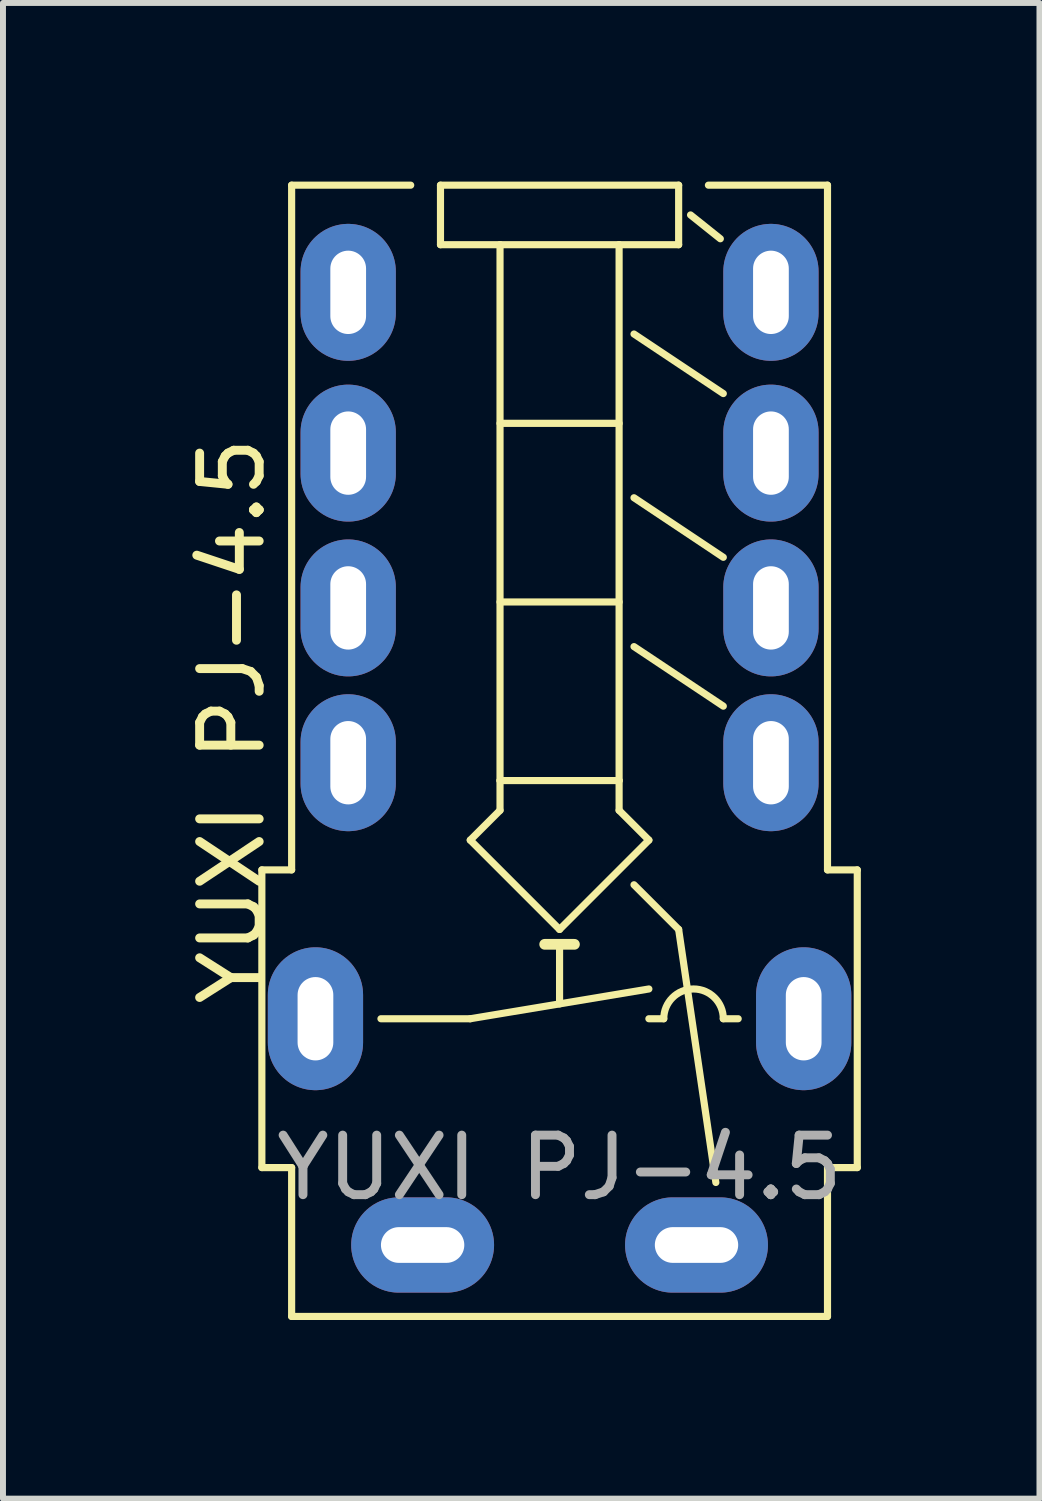
<source format=kicad_pcb>
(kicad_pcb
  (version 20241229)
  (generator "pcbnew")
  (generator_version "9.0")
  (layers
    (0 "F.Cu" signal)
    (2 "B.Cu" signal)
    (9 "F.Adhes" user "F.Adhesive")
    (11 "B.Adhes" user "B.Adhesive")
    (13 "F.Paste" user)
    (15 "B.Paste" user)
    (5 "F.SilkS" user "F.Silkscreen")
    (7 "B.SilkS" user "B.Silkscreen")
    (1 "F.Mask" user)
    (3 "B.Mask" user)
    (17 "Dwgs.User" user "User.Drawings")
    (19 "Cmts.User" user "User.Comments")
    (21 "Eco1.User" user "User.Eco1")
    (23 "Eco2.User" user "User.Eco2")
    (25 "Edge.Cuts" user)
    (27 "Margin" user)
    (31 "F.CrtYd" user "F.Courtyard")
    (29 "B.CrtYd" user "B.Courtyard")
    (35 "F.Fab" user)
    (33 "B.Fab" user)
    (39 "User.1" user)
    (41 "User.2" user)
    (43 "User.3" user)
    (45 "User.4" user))
  (footprint "YUXI PJ-4.5"
    (layer "F.Cu")
    (at 6.348 14.06)
    (property "Reference" "YUXI PJ-4.5" (at -5.5 -5 90) (unlocked yes) (layer "F.SilkS") (effects (font (size 1 1) (thickness 0.15))))
    (attr through_hole)
    (fp_line (start -5 -2.5) (end -5 2.5) (stroke (width 0.12) (type default)) (layer "F.SilkS"))
    (fp_line (start -5 2.5) (end -4.5 2.5) (stroke (width 0.12) (type default)) (layer "F.SilkS"))
    (fp_line (start -4.5 -14) (end -4.5 -2.5) (stroke (width 0.12) (type default)) (layer "F.SilkS"))
    (fp_line (start -4.5 -2.5) (end -5 -2.5) (stroke (width 0.12) (type default)) (layer "F.SilkS"))
    (fp_line (start -4.5 2.5) (end -4.5 5) (stroke (width 0.12) (type default)) (layer "F.SilkS"))
    (fp_line (start -4.5 5) (end 4.5 5) (stroke (width 0.12) (type default)) (layer "F.SilkS"))
    (fp_line (start -3 0) (end -1.5 0) (stroke (width 0.12) (type default)) (layer "F.SilkS"))
    (fp_line (start -2.5 -14) (end -4.5 -14) (stroke (width 0.12) (type default)) (layer "F.SilkS"))
    (fp_line (start -2 -14) (end -2 -13) (stroke (width 0.12) (type default)) (layer "F.SilkS"))
    (fp_line (start -2 -13) (end -1 -13) (stroke (width 0.12) (type default)) (layer "F.SilkS"))
    (fp_line (start -1.5 -3) (end 0 -1.5) (stroke (width 0.12) (type default)) (layer "F.SilkS"))
    (fp_line (start -1.5 0) (end 1.5 -0.5) (stroke (width 0.12) (type default)) (layer "F.SilkS"))
    (fp_line (start -1 -13) (end -1 -4) (stroke (width 0.12) (type default)) (layer "F.SilkS"))
    (fp_line (start -1 -13) (end 1 -13) (stroke (width 0.12) (type default)) (layer "F.SilkS"))
    (fp_line (start -1 -10) (end 1 -10) (stroke (width 0.12) (type default)) (layer "F.SilkS"))
    (fp_line (start -1 -7) (end 1 -7) (stroke (width 0.12) (type default)) (layer "F.SilkS"))
    (fp_line (start -1 -4) (end -1 -3.5) (stroke (width 0.12) (type default)) (layer "F.SilkS"))
    (fp_line (start -1 -4) (end 1 -4) (stroke (width 0.12) (type default)) (layer "F.SilkS"))
    (fp_line (start -1 -3.5) (end -1.5 -3) (stroke (width 0.12) (type default)) (layer "F.SilkS"))
    (fp_line (start -0.25 -1.25) (end 0.25 -1.25) (stroke (width 0.18) (type default)) (layer "F.SilkS"))
    (fp_line (start 0 -1.5) (end 1.5 -3) (stroke (width 0.12) (type default)) (layer "F.SilkS"))
    (fp_line (start 0 -0.25) (end 0 -1.25) (stroke (width 0.12) (type default)) (layer "F.SilkS"))
    (fp_line (start 1 -13) (end 2 -13) (stroke (width 0.12) (type default)) (layer "F.SilkS"))
    (fp_line (start 1 -4) (end 1 -13) (stroke (width 0.12) (type default)) (layer "F.SilkS"))
    (fp_line (start 1 -4) (end 1 -3.5) (stroke (width 0.12) (type default)) (layer "F.SilkS"))
    (fp_line (start 1 -3.5) (end 1.5 -3) (stroke (width 0.12) (type default)) (layer "F.SilkS"))
    (fp_line (start 1.25 -11.5) (end 2.75 -10.5) (stroke (width 0.12) (type default)) (layer "F.SilkS"))
    (fp_line (start 1.25 -8.75) (end 2.75 -7.75) (stroke (width 0.12) (type default)) (layer "F.SilkS"))
    (fp_line (start 1.25 -6.25) (end 2.75 -5.25) (stroke (width 0.12) (type default)) (layer "F.SilkS"))
    (fp_line (start 1.5 0) (end 1.75 0) (stroke (width 0.12) (type default)) (layer "F.SilkS"))
    (fp_line (start 2 -14) (end -2 -14) (stroke (width 0.12) (type default)) (layer "F.SilkS"))
    (fp_line (start 2 -13) (end 2 -14) (stroke (width 0.12) (type default)) (layer "F.SilkS"))
    (fp_line (start 2 -1.5) (end 1.25 -2.25) (stroke (width 0.12) (type default)) (layer "F.SilkS"))
    (fp_line (start 2 -1.5) (end 2.625 2.75) (stroke (width 0.12) (type default)) (layer "F.SilkS"))
    (fp_line (start 2.2 -13.5) (end 2.7 -13.1) (stroke (width 0.12) (type default)) (layer "F.SilkS"))
    (fp_line (start 2.75 0) (end 3 0) (stroke (width 0.12) (type default)) (layer "F.SilkS"))
    (fp_line (start 4.5 -14) (end 2.5 -14) (stroke (width 0.12) (type default)) (layer "F.SilkS"))
    (fp_line (start 4.5 -2.5) (end 4.5 -14) (stroke (width 0.12) (type default)) (layer "F.SilkS"))
    (fp_line (start 4.5 2.5) (end 5 2.5) (stroke (width 0.12) (type default)) (layer "F.SilkS"))
    (fp_line (start 4.5 5) (end 4.5 2.5) (stroke (width 0.12) (type default)) (layer "F.SilkS"))
    (fp_line (start 5 -2.5) (end 4.5 -2.5) (stroke (width 0.12) (type default)) (layer "F.SilkS"))
    (fp_line (start 5 2.5) (end 5 -2.5) (stroke (width 0.12) (type default)) (layer "F.SilkS"))
    (fp_arc (start 1.75 0) (mid 2.25 -0.5) (end 2.75 0) (stroke (width 0.12) (type default)) (layer "F.SilkS"))
    (fp_text user "${REFERENCE}" (at 0 2.5 0) (unlocked yes) (layer "F.Fab") (effects (font (size 1 1) (thickness 0.15))))
    (pad "1" thru_hole oval (at -4.1 0) (size 1.6 2.4) (drill oval 0.6 1.4) (layers "*.Cu" "*.Mask"))
    (pad "2" thru_hole oval (at 4.1 0) (size 1.6 2.4) (drill oval 0.6 1.4) (layers "*.Cu" "*.Mask"))
    (pad "3" thru_hole oval (at -3.55 -9.5) (size 1.6 2.3) (drill oval 0.6 1.4) (layers "*.Cu" "*.Mask"))
    (pad "3" thru_hole oval (at 3.55 -9.5) (size 1.6 2.3) (drill oval 0.6 1.4) (layers "*.Cu" "*.Mask"))
    (pad "4" thru_hole oval (at -3.55 -6.9) (size 1.6 2.3) (drill oval 0.6 1.4) (layers "*.Cu" "*.Mask"))
    (pad "4" thru_hole oval (at 3.55 -6.9) (size 1.6 2.3) (drill oval 0.6 1.4) (layers "*.Cu" "*.Mask"))
    (pad "5" thru_hole oval (at -3.55 -4.3) (size 1.6 2.3) (drill oval 0.6 1.4) (layers "*.Cu" "*.Mask"))
    (pad "5" thru_hole oval (at 3.55 -4.3) (size 1.6 2.3) (drill oval 0.6 1.4) (layers "*.Cu" "*.Mask"))
    (pad "6" thru_hole oval (at -2.3 3.8 90) (size 1.6 2.4) (drill oval 0.6 1.4) (layers "*.Cu" "*.Mask"))
    (pad "6" thru_hole oval (at 2.3 3.8 90) (size 1.6 2.4) (drill oval 0.6 1.4) (layers "*.Cu" "*.Mask"))
    (pad "7" thru_hole oval (at -3.55 -12.2) (size 1.6 2.3) (drill oval 0.6 1.4) (layers "*.Cu" "*.Mask"))
    (pad "7" thru_hole oval (at 3.55 -12.2) (size 1.6 2.3) (drill oval 0.6 1.4) (layers "*.Cu" "*.Mask")))
  (gr_rect
    (start -3 -3)
    (end 14.408 22.12)
    (stroke (width 0.1) (type default))
    (fill no)
    (layer "Edge.Cuts")))
</source>
